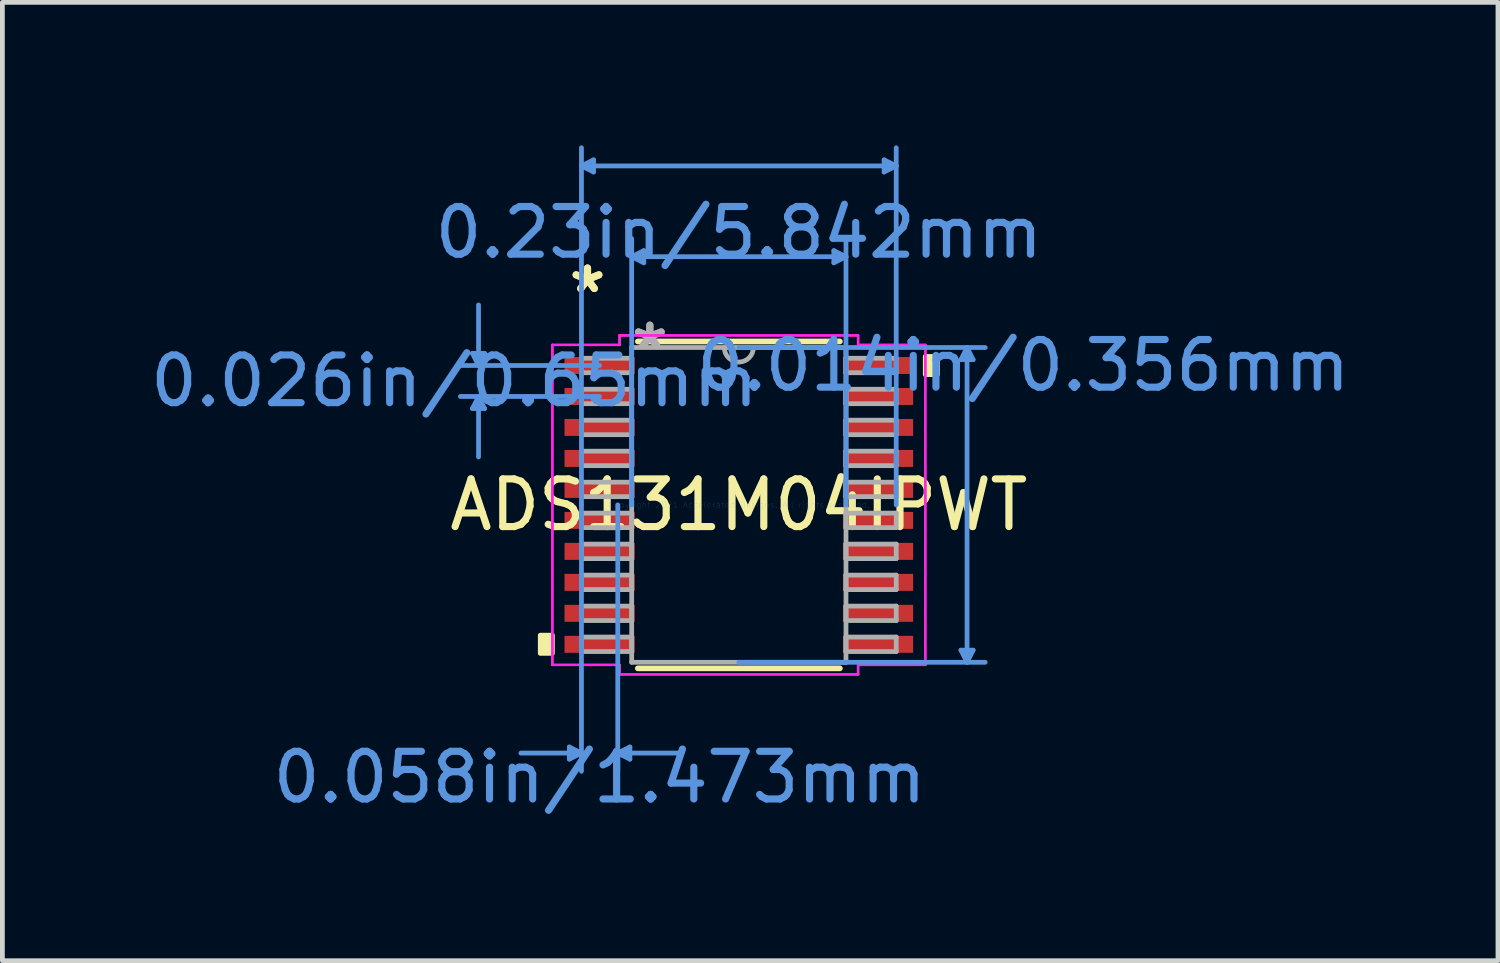
<source format=kicad_pcb>
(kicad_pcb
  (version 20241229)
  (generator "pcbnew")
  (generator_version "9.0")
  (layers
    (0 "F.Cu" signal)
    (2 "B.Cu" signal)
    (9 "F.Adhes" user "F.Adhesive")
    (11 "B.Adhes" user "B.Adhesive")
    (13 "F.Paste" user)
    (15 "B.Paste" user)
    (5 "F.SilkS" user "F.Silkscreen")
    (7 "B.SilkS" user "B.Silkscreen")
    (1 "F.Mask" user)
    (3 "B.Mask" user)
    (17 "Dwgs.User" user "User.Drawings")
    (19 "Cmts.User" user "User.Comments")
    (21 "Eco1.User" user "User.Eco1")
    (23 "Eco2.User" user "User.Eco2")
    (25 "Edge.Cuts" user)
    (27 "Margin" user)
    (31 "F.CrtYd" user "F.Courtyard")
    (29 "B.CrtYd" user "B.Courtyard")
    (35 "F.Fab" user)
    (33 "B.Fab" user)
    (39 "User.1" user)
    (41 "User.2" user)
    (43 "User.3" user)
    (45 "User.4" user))
  (footprint "ADS131M04IPWT"
    (layer "F.Cu")
    (at 12.451 7.543)
    (property "Reference" "ADS131M04IPWT" (at 0 0 0) (layer "F.SilkS") (effects (font (size 1 1) (thickness 0.15))))
    (attr through_hole)
    (fp_line (start -2.119 3.429) (end 2.119 3.429) (stroke (width 0.12) (type solid)) (layer "F.SilkS"))
    (fp_line (start 2.119 -3.429) (end -2.119 -3.429) (stroke (width 0.12) (type solid)) (layer "F.SilkS"))
    (fp_poly (pts (xy -4.166 2.734) (xy -4.166 3.115) (xy -3.912 3.115) (xy -3.912 2.734)) (stroke (width 0.1) (type solid)) (fill yes) (layer "F.SilkS"))
    (fp_poly (pts (xy 4.166 -3.115) (xy 4.166 -2.734) (xy 3.912 -2.734) (xy 3.912 -3.115)) (stroke (width 0.1) (type solid)) (fill yes) (layer "F.SilkS"))
    (fp_line (start -5.588 -3.179) (end -5.334 -3.179) (stroke (width 0.1) (type solid)) (layer "Cmts.User"))
    (fp_line (start -5.588 -2.021) (end -5.334 -2.021) (stroke (width 0.1) (type solid)) (layer "Cmts.User"))
    (fp_line (start -5.461 -2.925) (end -5.588 -3.179) (stroke (width 0.1) (type solid)) (layer "Cmts.User"))
    (fp_line (start -5.461 -2.925) (end -5.461 -4.195) (stroke (width 0.1) (type solid)) (layer "Cmts.User"))
    (fp_line (start -5.461 -2.925) (end -5.334 -3.179) (stroke (width 0.1) (type solid)) (layer "Cmts.User"))
    (fp_line (start -5.461 -2.275) (end -5.588 -2.021) (stroke (width 0.1) (type solid)) (layer "Cmts.User"))
    (fp_line (start -5.461 -2.275) (end -5.461 -1.005) (stroke (width 0.1) (type solid)) (layer "Cmts.User"))
    (fp_line (start -5.461 -2.275) (end -5.334 -2.021) (stroke (width 0.1) (type solid)) (layer "Cmts.User"))
    (fp_line (start -3.556 5.08) (end -3.556 5.334) (stroke (width 0.1) (type solid)) (layer "Cmts.User"))
    (fp_line (start -3.302 -7.112) (end -3.048 -7.239) (stroke (width 0.1) (type solid)) (layer "Cmts.User"))
    (fp_line (start -3.302 -7.112) (end -3.048 -6.985) (stroke (width 0.1) (type solid)) (layer "Cmts.User"))
    (fp_line (start -3.302 -7.112) (end 3.302 -7.112) (stroke (width 0.1) (type solid)) (layer "Cmts.User"))
    (fp_line (start -3.302 0) (end -3.302 -7.493) (stroke (width 0.1) (type solid)) (layer "Cmts.User"))
    (fp_line (start -3.302 0) (end -3.302 5.588) (stroke (width 0.1) (type solid)) (layer "Cmts.User"))
    (fp_line (start -3.302 5.207) (end -4.572 5.207) (stroke (width 0.1) (type solid)) (layer "Cmts.User"))
    (fp_line (start -3.302 5.207) (end -3.556 5.08) (stroke (width 0.1) (type solid)) (layer "Cmts.User"))
    (fp_line (start -3.302 5.207) (end -3.556 5.334) (stroke (width 0.1) (type solid)) (layer "Cmts.User"))
    (fp_line (start -3.048 -7.239) (end -3.048 -6.985) (stroke (width 0.1) (type solid)) (layer "Cmts.User"))
    (fp_line (start -2.921 -2.925) (end -5.842 -2.925) (stroke (width 0.1) (type solid)) (layer "Cmts.User"))
    (fp_line (start -2.921 -2.275) (end -5.842 -2.275) (stroke (width 0.1) (type solid)) (layer "Cmts.User"))
    (fp_line (start -2.54 0) (end -2.54 5.588) (stroke (width 0.1) (type solid)) (layer "Cmts.User"))
    (fp_line (start -2.54 5.207) (end -2.286 5.08) (stroke (width 0.1) (type solid)) (layer "Cmts.User"))
    (fp_line (start -2.54 5.207) (end -2.286 5.334) (stroke (width 0.1) (type solid)) (layer "Cmts.User"))
    (fp_line (start -2.54 5.207) (end -1.27 5.207) (stroke (width 0.1) (type solid)) (layer "Cmts.User"))
    (fp_line (start -2.286 5.08) (end -2.286 5.334) (stroke (width 0.1) (type solid)) (layer "Cmts.User"))
    (fp_line (start -2.248 -5.207) (end -1.994 -5.334) (stroke (width 0.1) (type solid)) (layer "Cmts.User"))
    (fp_line (start -2.248 -5.207) (end -1.994 -5.08) (stroke (width 0.1) (type solid)) (layer "Cmts.User"))
    (fp_line (start -2.248 -5.207) (end 2.248 -5.207) (stroke (width 0.1) (type solid)) (layer "Cmts.User"))
    (fp_line (start -2.248 0) (end -2.248 -5.588) (stroke (width 0.1) (type solid)) (layer "Cmts.User"))
    (fp_line (start -1.994 -5.334) (end -1.994 -5.08) (stroke (width 0.1) (type solid)) (layer "Cmts.User"))
    (fp_line (start 0 -3.302) (end 5.169 -3.302) (stroke (width 0.1) (type solid)) (layer "Cmts.User"))
    (fp_line (start 0 3.302) (end 5.169 3.302) (stroke (width 0.1) (type solid)) (layer "Cmts.User"))
    (fp_line (start 1.994 -5.334) (end 1.994 -5.08) (stroke (width 0.1) (type solid)) (layer "Cmts.User"))
    (fp_line (start 2.248 -5.207) (end 1.994 -5.334) (stroke (width 0.1) (type solid)) (layer "Cmts.User"))
    (fp_line (start 2.248 -5.207) (end 1.994 -5.08) (stroke (width 0.1) (type solid)) (layer "Cmts.User"))
    (fp_line (start 2.248 0) (end 2.248 -5.588) (stroke (width 0.1) (type solid)) (layer "Cmts.User"))
    (fp_line (start 3.048 -7.239) (end 3.048 -6.985) (stroke (width 0.1) (type solid)) (layer "Cmts.User"))
    (fp_line (start 3.302 -7.112) (end 3.048 -7.239) (stroke (width 0.1) (type solid)) (layer "Cmts.User"))
    (fp_line (start 3.302 -7.112) (end 3.048 -6.985) (stroke (width 0.1) (type solid)) (layer "Cmts.User"))
    (fp_line (start 3.302 0) (end 3.302 -7.493) (stroke (width 0.1) (type solid)) (layer "Cmts.User"))
    (fp_line (start 4.661 -3.048) (end 4.915 -3.048) (stroke (width 0.1) (type solid)) (layer "Cmts.User"))
    (fp_line (start 4.661 3.048) (end 4.915 3.048) (stroke (width 0.1) (type solid)) (layer "Cmts.User"))
    (fp_line (start 4.788 -3.302) (end 4.661 -3.048) (stroke (width 0.1) (type solid)) (layer "Cmts.User"))
    (fp_line (start 4.788 -3.302) (end 4.788 3.302) (stroke (width 0.1) (type solid)) (layer "Cmts.User"))
    (fp_line (start 4.788 -3.302) (end 4.915 -3.048) (stroke (width 0.1) (type solid)) (layer "Cmts.User"))
    (fp_line (start 4.788 3.302) (end 4.661 3.048) (stroke (width 0.1) (type solid)) (layer "Cmts.User"))
    (fp_line (start 4.788 3.302) (end 4.915 3.048) (stroke (width 0.1) (type solid)) (layer "Cmts.User"))
    (fp_line (start -3.912 -3.357) (end -2.502 -3.357) (stroke (width 0.05) (type solid)) (layer "F.CrtYd"))
    (fp_line (start -3.912 -3.357) (end -2.502 -3.357) (stroke (width 0.05) (type solid)) (layer "F.CrtYd"))
    (fp_line (start -3.912 3.357) (end -3.912 -3.357) (stroke (width 0.05) (type solid)) (layer "F.CrtYd"))
    (fp_line (start -3.912 3.357) (end -3.912 -3.357) (stroke (width 0.05) (type solid)) (layer "F.CrtYd"))
    (fp_line (start -3.912 3.357) (end -2.502 3.357) (stroke (width 0.05) (type solid)) (layer "F.CrtYd"))
    (fp_line (start -2.502 -3.556) (end 2.502 -3.556) (stroke (width 0.05) (type solid)) (layer "F.CrtYd"))
    (fp_line (start -2.502 -3.556) (end 2.502 -3.556) (stroke (width 0.05) (type solid)) (layer "F.CrtYd"))
    (fp_line (start -2.502 -3.357) (end -2.502 -3.556) (stroke (width 0.05) (type solid)) (layer "F.CrtYd"))
    (fp_line (start -2.502 -3.357) (end -2.502 -3.556) (stroke (width 0.05) (type solid)) (layer "F.CrtYd"))
    (fp_line (start -2.502 3.357) (end -3.912 3.357) (stroke (width 0.05) (type solid)) (layer "F.CrtYd"))
    (fp_line (start -2.502 3.556) (end -2.502 3.357) (stroke (width 0.05) (type solid)) (layer "F.CrtYd"))
    (fp_line (start -2.502 3.556) (end -2.502 3.357) (stroke (width 0.05) (type solid)) (layer "F.CrtYd"))
    (fp_line (start 2.502 -3.556) (end 2.502 -3.357) (stroke (width 0.05) (type solid)) (layer "F.CrtYd"))
    (fp_line (start 2.502 -3.556) (end 2.502 -3.357) (stroke (width 0.05) (type solid)) (layer "F.CrtYd"))
    (fp_line (start 2.502 -3.357) (end 3.912 -3.357) (stroke (width 0.05) (type solid)) (layer "F.CrtYd"))
    (fp_line (start 2.502 3.357) (end 2.502 3.556) (stroke (width 0.05) (type solid)) (layer "F.CrtYd"))
    (fp_line (start 2.502 3.357) (end 2.502 3.556) (stroke (width 0.05) (type solid)) (layer "F.CrtYd"))
    (fp_line (start 2.502 3.556) (end -2.502 3.556) (stroke (width 0.05) (type solid)) (layer "F.CrtYd"))
    (fp_line (start 2.502 3.556) (end -2.502 3.556) (stroke (width 0.05) (type solid)) (layer "F.CrtYd"))
    (fp_line (start 3.912 -3.357) (end 2.502 -3.357) (stroke (width 0.05) (type solid)) (layer "F.CrtYd"))
    (fp_line (start 3.912 -3.357) (end 3.912 3.357) (stroke (width 0.05) (type solid)) (layer "F.CrtYd"))
    (fp_line (start 3.912 -3.357) (end 3.912 3.357) (stroke (width 0.05) (type solid)) (layer "F.CrtYd"))
    (fp_line (start 3.912 3.357) (end 2.502 3.357) (stroke (width 0.05) (type solid)) (layer "F.CrtYd"))
    (fp_line (start 3.912 3.357) (end 2.502 3.357) (stroke (width 0.05) (type solid)) (layer "F.CrtYd"))
    (fp_line (start -3.302 -3.077) (end -3.302 -2.773) (stroke (width 0.1) (type solid)) (layer "F.Fab"))
    (fp_line (start -3.302 -2.773) (end -2.248 -2.773) (stroke (width 0.1) (type solid)) (layer "F.Fab"))
    (fp_line (start -3.302 -2.427) (end -3.302 -2.123) (stroke (width 0.1) (type solid)) (layer "F.Fab"))
    (fp_line (start -3.302 -2.123) (end -2.248 -2.123) (stroke (width 0.1) (type solid)) (layer "F.Fab"))
    (fp_line (start -3.302 -1.777) (end -3.302 -1.473) (stroke (width 0.1) (type solid)) (layer "F.Fab"))
    (fp_line (start -3.302 -1.473) (end -2.248 -1.473) (stroke (width 0.1) (type solid)) (layer "F.Fab"))
    (fp_line (start -3.302 -1.127) (end -3.302 -0.823) (stroke (width 0.1) (type solid)) (layer "F.Fab"))
    (fp_line (start -3.302 -0.823) (end -2.248 -0.823) (stroke (width 0.1) (type solid)) (layer "F.Fab"))
    (fp_line (start -3.302 -0.477) (end -3.302 -0.173) (stroke (width 0.1) (type solid)) (layer "F.Fab"))
    (fp_line (start -3.302 -0.173) (end -2.248 -0.173) (stroke (width 0.1) (type solid)) (layer "F.Fab"))
    (fp_line (start -3.302 0.173) (end -3.302 0.477) (stroke (width 0.1) (type solid)) (layer "F.Fab"))
    (fp_line (start -3.302 0.477) (end -2.248 0.477) (stroke (width 0.1) (type solid)) (layer "F.Fab"))
    (fp_line (start -3.302 0.823) (end -3.302 1.127) (stroke (width 0.1) (type solid)) (layer "F.Fab"))
    (fp_line (start -3.302 1.127) (end -2.248 1.127) (stroke (width 0.1) (type solid)) (layer "F.Fab"))
    (fp_line (start -3.302 1.473) (end -3.302 1.777) (stroke (width 0.1) (type solid)) (layer "F.Fab"))
    (fp_line (start -3.302 1.777) (end -2.248 1.777) (stroke (width 0.1) (type solid)) (layer "F.Fab"))
    (fp_line (start -3.302 2.123) (end -3.302 2.427) (stroke (width 0.1) (type solid)) (layer "F.Fab"))
    (fp_line (start -3.302 2.427) (end -2.248 2.427) (stroke (width 0.1) (type solid)) (layer "F.Fab"))
    (fp_line (start -3.302 2.773) (end -3.302 3.077) (stroke (width 0.1) (type solid)) (layer "F.Fab"))
    (fp_line (start -3.302 3.077) (end -2.248 3.077) (stroke (width 0.1) (type solid)) (layer "F.Fab"))
    (fp_line (start -2.248 -3.302) (end -2.248 3.302) (stroke (width 0.1) (type solid)) (layer "F.Fab"))
    (fp_line (start -2.248 -3.077) (end -3.302 -3.077) (stroke (width 0.1) (type solid)) (layer "F.Fab"))
    (fp_line (start -2.248 -2.773) (end -2.248 -3.077) (stroke (width 0.1) (type solid)) (layer "F.Fab"))
    (fp_line (start -2.248 -2.427) (end -3.302 -2.427) (stroke (width 0.1) (type solid)) (layer "F.Fab"))
    (fp_line (start -2.248 -2.123) (end -2.248 -2.427) (stroke (width 0.1) (type solid)) (layer "F.Fab"))
    (fp_line (start -2.248 -1.777) (end -3.302 -1.777) (stroke (width 0.1) (type solid)) (layer "F.Fab"))
    (fp_line (start -2.248 -1.473) (end -2.248 -1.777) (stroke (width 0.1) (type solid)) (layer "F.Fab"))
    (fp_line (start -2.248 -1.127) (end -3.302 -1.127) (stroke (width 0.1) (type solid)) (layer "F.Fab"))
    (fp_line (start -2.248 -0.823) (end -2.248 -1.127) (stroke (width 0.1) (type solid)) (layer "F.Fab"))
    (fp_line (start -2.248 -0.477) (end -3.302 -0.477) (stroke (width 0.1) (type solid)) (layer "F.Fab"))
    (fp_line (start -2.248 -0.173) (end -2.248 -0.477) (stroke (width 0.1) (type solid)) (layer "F.Fab"))
    (fp_line (start -2.248 0.173) (end -3.302 0.173) (stroke (width 0.1) (type solid)) (layer "F.Fab"))
    (fp_line (start -2.248 0.477) (end -2.248 0.173) (stroke (width 0.1) (type solid)) (layer "F.Fab"))
    (fp_line (start -2.248 0.823) (end -3.302 0.823) (stroke (width 0.1) (type solid)) (layer "F.Fab"))
    (fp_line (start -2.248 1.127) (end -2.248 0.823) (stroke (width 0.1) (type solid)) (layer "F.Fab"))
    (fp_line (start -2.248 1.473) (end -3.302 1.473) (stroke (width 0.1) (type solid)) (layer "F.Fab"))
    (fp_line (start -2.248 1.777) (end -2.248 1.473) (stroke (width 0.1) (type solid)) (layer "F.Fab"))
    (fp_line (start -2.248 2.123) (end -3.302 2.123) (stroke (width 0.1) (type solid)) (layer "F.Fab"))
    (fp_line (start -2.248 2.427) (end -2.248 2.123) (stroke (width 0.1) (type solid)) (layer "F.Fab"))
    (fp_line (start -2.248 2.773) (end -3.302 2.773) (stroke (width 0.1) (type solid)) (layer "F.Fab"))
    (fp_line (start -2.248 3.077) (end -2.248 2.773) (stroke (width 0.1) (type solid)) (layer "F.Fab"))
    (fp_line (start -2.248 3.302) (end 2.248 3.302) (stroke (width 0.1) (type solid)) (layer "F.Fab"))
    (fp_line (start 2.248 -3.302) (end -2.248 -3.302) (stroke (width 0.1) (type solid)) (layer "F.Fab"))
    (fp_line (start 2.248 -3.077) (end 2.248 -2.773) (stroke (width 0.1) (type solid)) (layer "F.Fab"))
    (fp_line (start 2.248 -2.773) (end 3.302 -2.773) (stroke (width 0.1) (type solid)) (layer "F.Fab"))
    (fp_line (start 2.248 -2.427) (end 2.248 -2.123) (stroke (width 0.1) (type solid)) (layer "F.Fab"))
    (fp_line (start 2.248 -2.123) (end 3.302 -2.123) (stroke (width 0.1) (type solid)) (layer "F.Fab"))
    (fp_line (start 2.248 -1.777) (end 2.248 -1.473) (stroke (width 0.1) (type solid)) (layer "F.Fab"))
    (fp_line (start 2.248 -1.473) (end 3.302 -1.473) (stroke (width 0.1) (type solid)) (layer "F.Fab"))
    (fp_line (start 2.248 -1.127) (end 2.248 -0.823) (stroke (width 0.1) (type solid)) (layer "F.Fab"))
    (fp_line (start 2.248 -0.823) (end 3.302 -0.823) (stroke (width 0.1) (type solid)) (layer "F.Fab"))
    (fp_line (start 2.248 -0.477) (end 2.248 -0.173) (stroke (width 0.1) (type solid)) (layer "F.Fab"))
    (fp_line (start 2.248 -0.173) (end 3.302 -0.173) (stroke (width 0.1) (type solid)) (layer "F.Fab"))
    (fp_line (start 2.248 0.173) (end 2.248 0.477) (stroke (width 0.1) (type solid)) (layer "F.Fab"))
    (fp_line (start 2.248 0.477) (end 3.302 0.477) (stroke (width 0.1) (type solid)) (layer "F.Fab"))
    (fp_line (start 2.248 0.823) (end 2.248 1.127) (stroke (width 0.1) (type solid)) (layer "F.Fab"))
    (fp_line (start 2.248 1.127) (end 3.302 1.127) (stroke (width 0.1) (type solid)) (layer "F.Fab"))
    (fp_line (start 2.248 1.473) (end 2.248 1.777) (stroke (width 0.1) (type solid)) (layer "F.Fab"))
    (fp_line (start 2.248 1.777) (end 3.302 1.777) (stroke (width 0.1) (type solid)) (layer "F.Fab"))
    (fp_line (start 2.248 2.123) (end 2.248 2.427) (stroke (width 0.1) (type solid)) (layer "F.Fab"))
    (fp_line (start 2.248 2.427) (end 3.302 2.427) (stroke (width 0.1) (type solid)) (layer "F.Fab"))
    (fp_line (start 2.248 2.773) (end 2.248 3.077) (stroke (width 0.1) (type solid)) (layer "F.Fab"))
    (fp_line (start 2.248 3.077) (end 3.302 3.077) (stroke (width 0.1) (type solid)) (layer "F.Fab"))
    (fp_line (start 2.248 3.302) (end 2.248 -3.302) (stroke (width 0.1) (type solid)) (layer "F.Fab"))
    (fp_line (start 3.302 -3.077) (end 2.248 -3.077) (stroke (width 0.1) (type solid)) (layer "F.Fab"))
    (fp_line (start 3.302 -2.773) (end 3.302 -3.077) (stroke (width 0.1) (type solid)) (layer "F.Fab"))
    (fp_line (start 3.302 -2.427) (end 2.248 -2.427) (stroke (width 0.1) (type solid)) (layer "F.Fab"))
    (fp_line (start 3.302 -2.123) (end 3.302 -2.427) (stroke (width 0.1) (type solid)) (layer "F.Fab"))
    (fp_line (start 3.302 -1.777) (end 2.248 -1.777) (stroke (width 0.1) (type solid)) (layer "F.Fab"))
    (fp_line (start 3.302 -1.473) (end 3.302 -1.777) (stroke (width 0.1) (type solid)) (layer "F.Fab"))
    (fp_line (start 3.302 -1.127) (end 2.248 -1.127) (stroke (width 0.1) (type solid)) (layer "F.Fab"))
    (fp_line (start 3.302 -0.823) (end 3.302 -1.127) (stroke (width 0.1) (type solid)) (layer "F.Fab"))
    (fp_line (start 3.302 -0.477) (end 2.248 -0.477) (stroke (width 0.1) (type solid)) (layer "F.Fab"))
    (fp_line (start 3.302 -0.173) (end 3.302 -0.477) (stroke (width 0.1) (type solid)) (layer "F.Fab"))
    (fp_line (start 3.302 0.173) (end 2.248 0.173) (stroke (width 0.1) (type solid)) (layer "F.Fab"))
    (fp_line (start 3.302 0.477) (end 3.302 0.173) (stroke (width 0.1) (type solid)) (layer "F.Fab"))
    (fp_line (start 3.302 0.823) (end 2.248 0.823) (stroke (width 0.1) (type solid)) (layer "F.Fab"))
    (fp_line (start 3.302 1.127) (end 3.302 0.823) (stroke (width 0.1) (type solid)) (layer "F.Fab"))
    (fp_line (start 3.302 1.473) (end 2.248 1.473) (stroke (width 0.1) (type solid)) (layer "F.Fab"))
    (fp_line (start 3.302 1.777) (end 3.302 1.473) (stroke (width 0.1) (type solid)) (layer "F.Fab"))
    (fp_line (start 3.302 2.123) (end 2.248 2.123) (stroke (width 0.1) (type solid)) (layer "F.Fab"))
    (fp_line (start 3.302 2.427) (end 3.302 2.123) (stroke (width 0.1) (type solid)) (layer "F.Fab"))
    (fp_line (start 3.302 2.773) (end 2.248 2.773) (stroke (width 0.1) (type solid)) (layer "F.Fab"))
    (fp_line (start 3.302 3.077) (end 3.302 2.773) (stroke (width 0.1) (type solid)) (layer "F.Fab"))
    (fp_arc (start 0.3048 -3.302) (mid 0 -2.9972) (end -0.3048 -3.302) (stroke (width 0.1) (type solid)) (layer "F.Fab"))
    (fp_text user "*" (at -3.175 -4.424 0) (layer "F.SilkS") (effects (font (size 1 1) (thickness 0.15))))
    (fp_text user "*" (at -3.175 -4.424 0) (layer "F.SilkS") (effects (font (size 1 1) (thickness 0.15))))
    (fp_text user "0.058in/1.473mm" (at -2.921 5.715 0) (layer "Cmts.User") (effects (font (size 1 1) (thickness 0.15))))
    (fp_text user "0.026in/0.65mm" (at -5.969 -2.6 0) (layer "Cmts.User") (effects (font (size 1 1) (thickness 0.15))))
    (fp_text user "Copyright 2021 Accelerated Designs. All rights reserved." (at 0 0 0) (layer "Cmts.User") (effects (font (size 0.127 0.127) (thickness 0.002))))
    (fp_text user "0.014in/0.356mm" (at 5.969 -2.925 0) (layer "Cmts.User") (effects (font (size 1 1) (thickness 0.15))))
    (fp_text user "0.23in/5.842mm" (at 0 -5.715 0) (layer "Cmts.User") (effects (font (size 1 1) (thickness 0.15))))
    (fp_text user "*" (at -1.867 -3.226 0) (layer "F.Fab") (effects (font (size 1 1) (thickness 0.15))))
    (fp_text user "*" (at -1.867 -3.226 0) (layer "F.Fab") (effects (font (size 1 1) (thickness 0.15))))
    (pad "1" smd rect (at -2.921 -2.925) (size 1.473 0.356) (layers "F.Cu" "F.Mask" "F.Paste"))
    (pad "2" smd rect (at -2.921 -2.275) (size 1.473 0.356) (layers "F.Cu" "F.Mask" "F.Paste"))
    (pad "3" smd rect (at -2.921 -1.625) (size 1.473 0.356) (layers "F.Cu" "F.Mask" "F.Paste"))
    (pad "4" smd rect (at -2.921 -0.975) (size 1.473 0.356) (layers "F.Cu" "F.Mask" "F.Paste"))
    (pad "5" smd rect (at -2.921 -0.325) (size 1.473 0.356) (layers "F.Cu" "F.Mask" "F.Paste"))
    (pad "6" smd rect (at -2.921 0.325) (size 1.473 0.356) (layers "F.Cu" "F.Mask" "F.Paste"))
    (pad "7" smd rect (at -2.921 0.975) (size 1.473 0.356) (layers "F.Cu" "F.Mask" "F.Paste"))
    (pad "8" smd rect (at -2.921 1.625) (size 1.473 0.356) (layers "F.Cu" "F.Mask" "F.Paste"))
    (pad "9" smd rect (at -2.921 2.275) (size 1.473 0.356) (layers "F.Cu" "F.Mask" "F.Paste"))
    (pad "10" smd rect (at -2.921 2.925) (size 1.473 0.356) (layers "F.Cu" "F.Mask" "F.Paste"))
    (pad "11" smd rect (at 2.921 2.925) (size 1.473 0.356) (layers "F.Cu" "F.Mask" "F.Paste"))
    (pad "12" smd rect (at 2.921 2.275) (size 1.473 0.356) (layers "F.Cu" "F.Mask" "F.Paste"))
    (pad "13" smd rect (at 2.921 1.625) (size 1.473 0.356) (layers "F.Cu" "F.Mask" "F.Paste"))
    (pad "14" smd rect (at 2.921 0.975) (size 1.473 0.356) (layers "F.Cu" "F.Mask" "F.Paste"))
    (pad "15" smd rect (at 2.921 0.325) (size 1.473 0.356) (layers "F.Cu" "F.Mask" "F.Paste"))
    (pad "16" smd rect (at 2.921 -0.325) (size 1.473 0.356) (layers "F.Cu" "F.Mask" "F.Paste"))
    (pad "17" smd rect (at 2.921 -0.975) (size 1.473 0.356) (layers "F.Cu" "F.Mask" "F.Paste"))
    (pad "18" smd rect (at 2.921 -1.625) (size 1.473 0.356) (layers "F.Cu" "F.Mask" "F.Paste"))
    (pad "19" smd rect (at 2.921 -2.275) (size 1.473 0.356) (layers "F.Cu" "F.Mask" "F.Paste"))
    (pad "20" smd rect (at 2.921 -2.925) (size 1.473 0.356) (layers "F.Cu" "F.Mask" "F.Paste")))
  (gr_rect
    (start -3 -3)
    (end 28.378 17.106)
    (stroke (width 0.1) (type default))
    (fill no)
    (layer "Edge.Cuts")))
</source>
